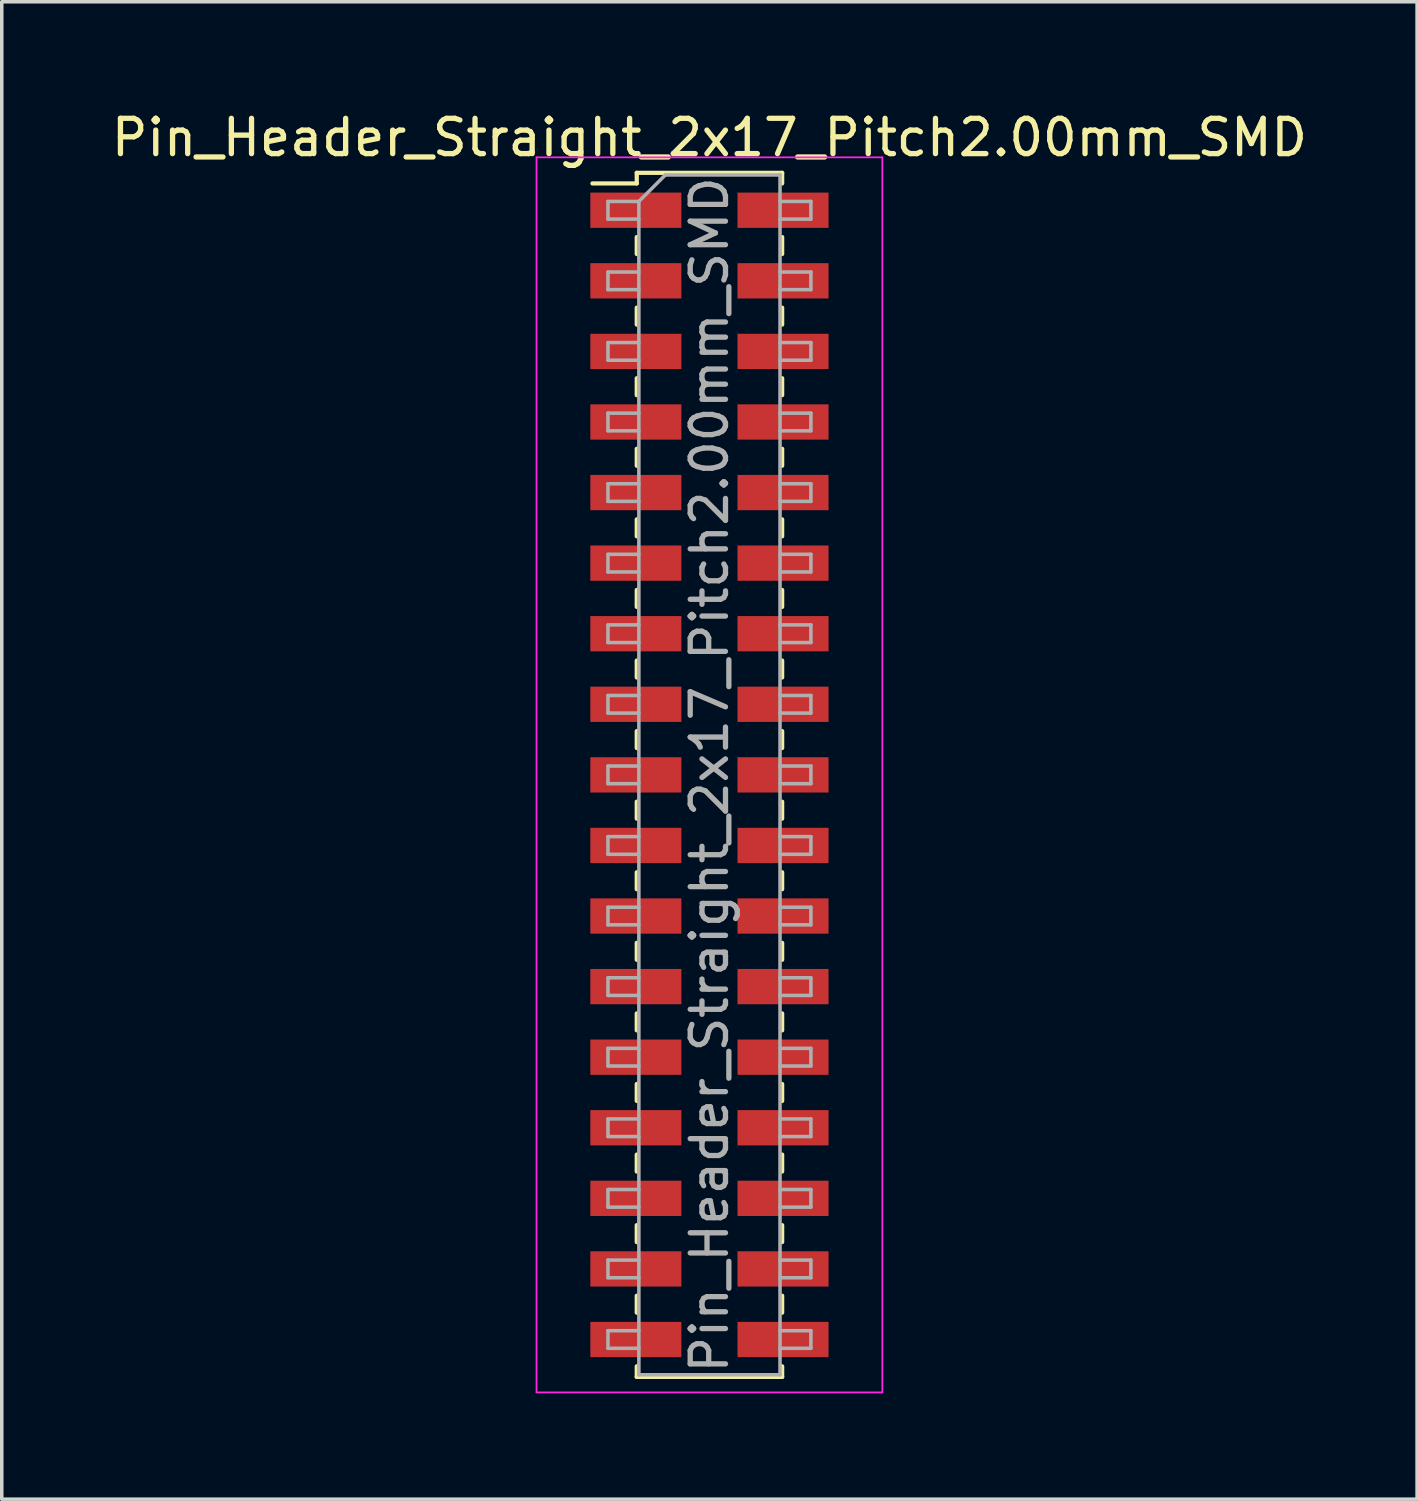
<source format=kicad_pcb>
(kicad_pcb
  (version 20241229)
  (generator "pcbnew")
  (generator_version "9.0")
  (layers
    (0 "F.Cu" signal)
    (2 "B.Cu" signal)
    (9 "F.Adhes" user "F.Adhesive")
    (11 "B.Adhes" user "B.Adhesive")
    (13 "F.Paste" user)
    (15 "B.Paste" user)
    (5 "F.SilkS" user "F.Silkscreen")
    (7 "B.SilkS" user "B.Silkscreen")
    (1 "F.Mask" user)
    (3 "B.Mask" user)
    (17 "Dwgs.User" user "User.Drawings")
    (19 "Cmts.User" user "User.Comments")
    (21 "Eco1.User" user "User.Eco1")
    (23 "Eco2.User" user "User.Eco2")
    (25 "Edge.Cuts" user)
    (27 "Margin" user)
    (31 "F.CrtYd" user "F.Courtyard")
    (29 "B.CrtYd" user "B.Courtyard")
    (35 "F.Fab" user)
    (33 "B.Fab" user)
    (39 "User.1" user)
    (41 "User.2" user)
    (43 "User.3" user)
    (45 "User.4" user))
  (footprint "Pin_Header_Straight_2x17_Pitch2.00mm_SMD"
    (layer "F.Cu")
    (at 17.054 18.908)
    (property "Reference" "Pin_Header_Straight_2x17_Pitch2.00mm_SMD" (at 0 -18.06 0) (layer "F.SilkS") (effects (font (size 1 1) (thickness 0.15))))
    (attr smd)
    (fp_line (start -3.315 -16.76) (end -2.06 -16.76) (stroke (width 0.12) (type solid)) (layer "F.SilkS"))
    (fp_line (start -2.06 -17.06) (end -2.06 -16.76) (stroke (width 0.12) (type solid)) (layer "F.SilkS"))
    (fp_line (start -2.06 -17.06) (end 2.06 -17.06) (stroke (width 0.12) (type solid)) (layer "F.SilkS"))
    (fp_line (start -2.06 -15.24) (end -2.06 -14.76) (stroke (width 0.12) (type solid)) (layer "F.SilkS"))
    (fp_line (start -2.06 -13.24) (end -2.06 -12.76) (stroke (width 0.12) (type solid)) (layer "F.SilkS"))
    (fp_line (start -2.06 -11.24) (end -2.06 -10.76) (stroke (width 0.12) (type solid)) (layer "F.SilkS"))
    (fp_line (start -2.06 -9.24) (end -2.06 -8.76) (stroke (width 0.12) (type solid)) (layer "F.SilkS"))
    (fp_line (start -2.06 -7.24) (end -2.06 -6.76) (stroke (width 0.12) (type solid)) (layer "F.SilkS"))
    (fp_line (start -2.06 -5.24) (end -2.06 -4.76) (stroke (width 0.12) (type solid)) (layer "F.SilkS"))
    (fp_line (start -2.06 -3.24) (end -2.06 -2.76) (stroke (width 0.12) (type solid)) (layer "F.SilkS"))
    (fp_line (start -2.06 -1.24) (end -2.06 -0.76) (stroke (width 0.12) (type solid)) (layer "F.SilkS"))
    (fp_line (start -2.06 0.76) (end -2.06 1.24) (stroke (width 0.12) (type solid)) (layer "F.SilkS"))
    (fp_line (start -2.06 2.76) (end -2.06 3.24) (stroke (width 0.12) (type solid)) (layer "F.SilkS"))
    (fp_line (start -2.06 4.76) (end -2.06 5.24) (stroke (width 0.12) (type solid)) (layer "F.SilkS"))
    (fp_line (start -2.06 6.76) (end -2.06 7.24) (stroke (width 0.12) (type solid)) (layer "F.SilkS"))
    (fp_line (start -2.06 8.76) (end -2.06 9.24) (stroke (width 0.12) (type solid)) (layer "F.SilkS"))
    (fp_line (start -2.06 10.76) (end -2.06 11.24) (stroke (width 0.12) (type solid)) (layer "F.SilkS"))
    (fp_line (start -2.06 12.76) (end -2.06 13.24) (stroke (width 0.12) (type solid)) (layer "F.SilkS"))
    (fp_line (start -2.06 14.76) (end -2.06 15.24) (stroke (width 0.12) (type solid)) (layer "F.SilkS"))
    (fp_line (start -2.06 16.76) (end -2.06 17.06) (stroke (width 0.12) (type solid)) (layer "F.SilkS"))
    (fp_line (start -2.06 17.06) (end 2.06 17.06) (stroke (width 0.12) (type solid)) (layer "F.SilkS"))
    (fp_line (start 2.06 -17.06) (end 2.06 -16.76) (stroke (width 0.12) (type solid)) (layer "F.SilkS"))
    (fp_line (start 2.06 -15.24) (end 2.06 -14.76) (stroke (width 0.12) (type solid)) (layer "F.SilkS"))
    (fp_line (start 2.06 -13.24) (end 2.06 -12.76) (stroke (width 0.12) (type solid)) (layer "F.SilkS"))
    (fp_line (start 2.06 -11.24) (end 2.06 -10.76) (stroke (width 0.12) (type solid)) (layer "F.SilkS"))
    (fp_line (start 2.06 -9.24) (end 2.06 -8.76) (stroke (width 0.12) (type solid)) (layer "F.SilkS"))
    (fp_line (start 2.06 -7.24) (end 2.06 -6.76) (stroke (width 0.12) (type solid)) (layer "F.SilkS"))
    (fp_line (start 2.06 -5.24) (end 2.06 -4.76) (stroke (width 0.12) (type solid)) (layer "F.SilkS"))
    (fp_line (start 2.06 -3.24) (end 2.06 -2.76) (stroke (width 0.12) (type solid)) (layer "F.SilkS"))
    (fp_line (start 2.06 -1.24) (end 2.06 -0.76) (stroke (width 0.12) (type solid)) (layer "F.SilkS"))
    (fp_line (start 2.06 0.76) (end 2.06 1.24) (stroke (width 0.12) (type solid)) (layer "F.SilkS"))
    (fp_line (start 2.06 2.76) (end 2.06 3.24) (stroke (width 0.12) (type solid)) (layer "F.SilkS"))
    (fp_line (start 2.06 4.76) (end 2.06 5.24) (stroke (width 0.12) (type solid)) (layer "F.SilkS"))
    (fp_line (start 2.06 6.76) (end 2.06 7.24) (stroke (width 0.12) (type solid)) (layer "F.SilkS"))
    (fp_line (start 2.06 8.76) (end 2.06 9.24) (stroke (width 0.12) (type solid)) (layer "F.SilkS"))
    (fp_line (start 2.06 10.76) (end 2.06 11.24) (stroke (width 0.12) (type solid)) (layer "F.SilkS"))
    (fp_line (start 2.06 12.76) (end 2.06 13.24) (stroke (width 0.12) (type solid)) (layer "F.SilkS"))
    (fp_line (start 2.06 14.76) (end 2.06 15.24) (stroke (width 0.12) (type solid)) (layer "F.SilkS"))
    (fp_line (start 2.06 16.76) (end 2.06 17.06) (stroke (width 0.12) (type solid)) (layer "F.SilkS"))
    (fp_line (start -4.9 -17.5) (end -4.9 17.5) (stroke (width 0.05) (type solid)) (layer "F.CrtYd"))
    (fp_line (start -4.9 17.5) (end 4.9 17.5) (stroke (width 0.05) (type solid)) (layer "F.CrtYd"))
    (fp_line (start 4.9 -17.5) (end -4.9 -17.5) (stroke (width 0.05) (type solid)) (layer "F.CrtYd"))
    (fp_line (start 4.9 17.5) (end 4.9 -17.5) (stroke (width 0.05) (type solid)) (layer "F.CrtYd"))
    (fp_line (start -2.875 -16.25) (end -2.875 -15.75) (stroke (width 0.1) (type solid)) (layer "F.Fab"))
    (fp_line (start -2.875 -15.75) (end -2 -15.75) (stroke (width 0.1) (type solid)) (layer "F.Fab"))
    (fp_line (start -2.875 -14.25) (end -2.875 -13.75) (stroke (width 0.1) (type solid)) (layer "F.Fab"))
    (fp_line (start -2.875 -13.75) (end -2 -13.75) (stroke (width 0.1) (type solid)) (layer "F.Fab"))
    (fp_line (start -2.875 -12.25) (end -2.875 -11.75) (stroke (width 0.1) (type solid)) (layer "F.Fab"))
    (fp_line (start -2.875 -11.75) (end -2 -11.75) (stroke (width 0.1) (type solid)) (layer "F.Fab"))
    (fp_line (start -2.875 -10.25) (end -2.875 -9.75) (stroke (width 0.1) (type solid)) (layer "F.Fab"))
    (fp_line (start -2.875 -9.75) (end -2 -9.75) (stroke (width 0.1) (type solid)) (layer "F.Fab"))
    (fp_line (start -2.875 -8.25) (end -2.875 -7.75) (stroke (width 0.1) (type solid)) (layer "F.Fab"))
    (fp_line (start -2.875 -7.75) (end -2 -7.75) (stroke (width 0.1) (type solid)) (layer "F.Fab"))
    (fp_line (start -2.875 -6.25) (end -2.875 -5.75) (stroke (width 0.1) (type solid)) (layer "F.Fab"))
    (fp_line (start -2.875 -5.75) (end -2 -5.75) (stroke (width 0.1) (type solid)) (layer "F.Fab"))
    (fp_line (start -2.875 -4.25) (end -2.875 -3.75) (stroke (width 0.1) (type solid)) (layer "F.Fab"))
    (fp_line (start -2.875 -3.75) (end -2 -3.75) (stroke (width 0.1) (type solid)) (layer "F.Fab"))
    (fp_line (start -2.875 -2.25) (end -2.875 -1.75) (stroke (width 0.1) (type solid)) (layer "F.Fab"))
    (fp_line (start -2.875 -1.75) (end -2 -1.75) (stroke (width 0.1) (type solid)) (layer "F.Fab"))
    (fp_line (start -2.875 -0.25) (end -2.875 0.25) (stroke (width 0.1) (type solid)) (layer "F.Fab"))
    (fp_line (start -2.875 0.25) (end -2 0.25) (stroke (width 0.1) (type solid)) (layer "F.Fab"))
    (fp_line (start -2.875 1.75) (end -2.875 2.25) (stroke (width 0.1) (type solid)) (layer "F.Fab"))
    (fp_line (start -2.875 2.25) (end -2 2.25) (stroke (width 0.1) (type solid)) (layer "F.Fab"))
    (fp_line (start -2.875 3.75) (end -2.875 4.25) (stroke (width 0.1) (type solid)) (layer "F.Fab"))
    (fp_line (start -2.875 4.25) (end -2 4.25) (stroke (width 0.1) (type solid)) (layer "F.Fab"))
    (fp_line (start -2.875 5.75) (end -2.875 6.25) (stroke (width 0.1) (type solid)) (layer "F.Fab"))
    (fp_line (start -2.875 6.25) (end -2 6.25) (stroke (width 0.1) (type solid)) (layer "F.Fab"))
    (fp_line (start -2.875 7.75) (end -2.875 8.25) (stroke (width 0.1) (type solid)) (layer "F.Fab"))
    (fp_line (start -2.875 8.25) (end -2 8.25) (stroke (width 0.1) (type solid)) (layer "F.Fab"))
    (fp_line (start -2.875 9.75) (end -2.875 10.25) (stroke (width 0.1) (type solid)) (layer "F.Fab"))
    (fp_line (start -2.875 10.25) (end -2 10.25) (stroke (width 0.1) (type solid)) (layer "F.Fab"))
    (fp_line (start -2.875 11.75) (end -2.875 12.25) (stroke (width 0.1) (type solid)) (layer "F.Fab"))
    (fp_line (start -2.875 12.25) (end -2 12.25) (stroke (width 0.1) (type solid)) (layer "F.Fab"))
    (fp_line (start -2.875 13.75) (end -2.875 14.25) (stroke (width 0.1) (type solid)) (layer "F.Fab"))
    (fp_line (start -2.875 14.25) (end -2 14.25) (stroke (width 0.1) (type solid)) (layer "F.Fab"))
    (fp_line (start -2.875 15.75) (end -2.875 16.25) (stroke (width 0.1) (type solid)) (layer "F.Fab"))
    (fp_line (start -2.875 16.25) (end -2 16.25) (stroke (width 0.1) (type solid)) (layer "F.Fab"))
    (fp_line (start -2 -16.25) (end -2.875 -16.25) (stroke (width 0.1) (type solid)) (layer "F.Fab"))
    (fp_line (start -2 -16.25) (end -1.25 -17) (stroke (width 0.1) (type solid)) (layer "F.Fab"))
    (fp_line (start -2 -14.25) (end -2.875 -14.25) (stroke (width 0.1) (type solid)) (layer "F.Fab"))
    (fp_line (start -2 -12.25) (end -2.875 -12.25) (stroke (width 0.1) (type solid)) (layer "F.Fab"))
    (fp_line (start -2 -10.25) (end -2.875 -10.25) (stroke (width 0.1) (type solid)) (layer "F.Fab"))
    (fp_line (start -2 -8.25) (end -2.875 -8.25) (stroke (width 0.1) (type solid)) (layer "F.Fab"))
    (fp_line (start -2 -6.25) (end -2.875 -6.25) (stroke (width 0.1) (type solid)) (layer "F.Fab"))
    (fp_line (start -2 -4.25) (end -2.875 -4.25) (stroke (width 0.1) (type solid)) (layer "F.Fab"))
    (fp_line (start -2 -2.25) (end -2.875 -2.25) (stroke (width 0.1) (type solid)) (layer "F.Fab"))
    (fp_line (start -2 -0.25) (end -2.875 -0.25) (stroke (width 0.1) (type solid)) (layer "F.Fab"))
    (fp_line (start -2 1.75) (end -2.875 1.75) (stroke (width 0.1) (type solid)) (layer "F.Fab"))
    (fp_line (start -2 3.75) (end -2.875 3.75) (stroke (width 0.1) (type solid)) (layer "F.Fab"))
    (fp_line (start -2 5.75) (end -2.875 5.75) (stroke (width 0.1) (type solid)) (layer "F.Fab"))
    (fp_line (start -2 7.75) (end -2.875 7.75) (stroke (width 0.1) (type solid)) (layer "F.Fab"))
    (fp_line (start -2 9.75) (end -2.875 9.75) (stroke (width 0.1) (type solid)) (layer "F.Fab"))
    (fp_line (start -2 11.75) (end -2.875 11.75) (stroke (width 0.1) (type solid)) (layer "F.Fab"))
    (fp_line (start -2 13.75) (end -2.875 13.75) (stroke (width 0.1) (type solid)) (layer "F.Fab"))
    (fp_line (start -2 15.75) (end -2.875 15.75) (stroke (width 0.1) (type solid)) (layer "F.Fab"))
    (fp_line (start -2 17) (end -2 -16.25) (stroke (width 0.1) (type solid)) (layer "F.Fab"))
    (fp_line (start -1.25 -17) (end 2 -17) (stroke (width 0.1) (type solid)) (layer "F.Fab"))
    (fp_line (start 2 -17) (end 2 17) (stroke (width 0.1) (type solid)) (layer "F.Fab"))
    (fp_line (start 2 -16.25) (end 2.875 -16.25) (stroke (width 0.1) (type solid)) (layer "F.Fab"))
    (fp_line (start 2 -14.25) (end 2.875 -14.25) (stroke (width 0.1) (type solid)) (layer "F.Fab"))
    (fp_line (start 2 -12.25) (end 2.875 -12.25) (stroke (width 0.1) (type solid)) (layer "F.Fab"))
    (fp_line (start 2 -10.25) (end 2.875 -10.25) (stroke (width 0.1) (type solid)) (layer "F.Fab"))
    (fp_line (start 2 -8.25) (end 2.875 -8.25) (stroke (width 0.1) (type solid)) (layer "F.Fab"))
    (fp_line (start 2 -6.25) (end 2.875 -6.25) (stroke (width 0.1) (type solid)) (layer "F.Fab"))
    (fp_line (start 2 -4.25) (end 2.875 -4.25) (stroke (width 0.1) (type solid)) (layer "F.Fab"))
    (fp_line (start 2 -2.25) (end 2.875 -2.25) (stroke (width 0.1) (type solid)) (layer "F.Fab"))
    (fp_line (start 2 -0.25) (end 2.875 -0.25) (stroke (width 0.1) (type solid)) (layer "F.Fab"))
    (fp_line (start 2 1.75) (end 2.875 1.75) (stroke (width 0.1) (type solid)) (layer "F.Fab"))
    (fp_line (start 2 3.75) (end 2.875 3.75) (stroke (width 0.1) (type solid)) (layer "F.Fab"))
    (fp_line (start 2 5.75) (end 2.875 5.75) (stroke (width 0.1) (type solid)) (layer "F.Fab"))
    (fp_line (start 2 7.75) (end 2.875 7.75) (stroke (width 0.1) (type solid)) (layer "F.Fab"))
    (fp_line (start 2 9.75) (end 2.875 9.75) (stroke (width 0.1) (type solid)) (layer "F.Fab"))
    (fp_line (start 2 11.75) (end 2.875 11.75) (stroke (width 0.1) (type solid)) (layer "F.Fab"))
    (fp_line (start 2 13.75) (end 2.875 13.75) (stroke (width 0.1) (type solid)) (layer "F.Fab"))
    (fp_line (start 2 15.75) (end 2.875 15.75) (stroke (width 0.1) (type solid)) (layer "F.Fab"))
    (fp_line (start 2 17) (end -2 17) (stroke (width 0.1) (type solid)) (layer "F.Fab"))
    (fp_line (start 2.875 -16.25) (end 2.875 -15.75) (stroke (width 0.1) (type solid)) (layer "F.Fab"))
    (fp_line (start 2.875 -15.75) (end 2 -15.75) (stroke (width 0.1) (type solid)) (layer "F.Fab"))
    (fp_line (start 2.875 -14.25) (end 2.875 -13.75) (stroke (width 0.1) (type solid)) (layer "F.Fab"))
    (fp_line (start 2.875 -13.75) (end 2 -13.75) (stroke (width 0.1) (type solid)) (layer "F.Fab"))
    (fp_line (start 2.875 -12.25) (end 2.875 -11.75) (stroke (width 0.1) (type solid)) (layer "F.Fab"))
    (fp_line (start 2.875 -11.75) (end 2 -11.75) (stroke (width 0.1) (type solid)) (layer "F.Fab"))
    (fp_line (start 2.875 -10.25) (end 2.875 -9.75) (stroke (width 0.1) (type solid)) (layer "F.Fab"))
    (fp_line (start 2.875 -9.75) (end 2 -9.75) (stroke (width 0.1) (type solid)) (layer "F.Fab"))
    (fp_line (start 2.875 -8.25) (end 2.875 -7.75) (stroke (width 0.1) (type solid)) (layer "F.Fab"))
    (fp_line (start 2.875 -7.75) (end 2 -7.75) (stroke (width 0.1) (type solid)) (layer "F.Fab"))
    (fp_line (start 2.875 -6.25) (end 2.875 -5.75) (stroke (width 0.1) (type solid)) (layer "F.Fab"))
    (fp_line (start 2.875 -5.75) (end 2 -5.75) (stroke (width 0.1) (type solid)) (layer "F.Fab"))
    (fp_line (start 2.875 -4.25) (end 2.875 -3.75) (stroke (width 0.1) (type solid)) (layer "F.Fab"))
    (fp_line (start 2.875 -3.75) (end 2 -3.75) (stroke (width 0.1) (type solid)) (layer "F.Fab"))
    (fp_line (start 2.875 -2.25) (end 2.875 -1.75) (stroke (width 0.1) (type solid)) (layer "F.Fab"))
    (fp_line (start 2.875 -1.75) (end 2 -1.75) (stroke (width 0.1) (type solid)) (layer "F.Fab"))
    (fp_line (start 2.875 -0.25) (end 2.875 0.25) (stroke (width 0.1) (type solid)) (layer "F.Fab"))
    (fp_line (start 2.875 0.25) (end 2 0.25) (stroke (width 0.1) (type solid)) (layer "F.Fab"))
    (fp_line (start 2.875 1.75) (end 2.875 2.25) (stroke (width 0.1) (type solid)) (layer "F.Fab"))
    (fp_line (start 2.875 2.25) (end 2 2.25) (stroke (width 0.1) (type solid)) (layer "F.Fab"))
    (fp_line (start 2.875 3.75) (end 2.875 4.25) (stroke (width 0.1) (type solid)) (layer "F.Fab"))
    (fp_line (start 2.875 4.25) (end 2 4.25) (stroke (width 0.1) (type solid)) (layer "F.Fab"))
    (fp_line (start 2.875 5.75) (end 2.875 6.25) (stroke (width 0.1) (type solid)) (layer "F.Fab"))
    (fp_line (start 2.875 6.25) (end 2 6.25) (stroke (width 0.1) (type solid)) (layer "F.Fab"))
    (fp_line (start 2.875 7.75) (end 2.875 8.25) (stroke (width 0.1) (type solid)) (layer "F.Fab"))
    (fp_line (start 2.875 8.25) (end 2 8.25) (stroke (width 0.1) (type solid)) (layer "F.Fab"))
    (fp_line (start 2.875 9.75) (end 2.875 10.25) (stroke (width 0.1) (type solid)) (layer "F.Fab"))
    (fp_line (start 2.875 10.25) (end 2 10.25) (stroke (width 0.1) (type solid)) (layer "F.Fab"))
    (fp_line (start 2.875 11.75) (end 2.875 12.25) (stroke (width 0.1) (type solid)) (layer "F.Fab"))
    (fp_line (start 2.875 12.25) (end 2 12.25) (stroke (width 0.1) (type solid)) (layer "F.Fab"))
    (fp_line (start 2.875 13.75) (end 2.875 14.25) (stroke (width 0.1) (type solid)) (layer "F.Fab"))
    (fp_line (start 2.875 14.25) (end 2 14.25) (stroke (width 0.1) (type solid)) (layer "F.Fab"))
    (fp_line (start 2.875 15.75) (end 2.875 16.25) (stroke (width 0.1) (type solid)) (layer "F.Fab"))
    (fp_line (start 2.875 16.25) (end 2 16.25) (stroke (width 0.1) (type solid)) (layer "F.Fab"))
    (fp_text user "${REFERENCE}" (at 0 0 90) (layer "F.Fab") (effects (font (size 1 1) (thickness 0.15))))
    (pad "1" smd rect (at -2.085 -16) (size 2.58 1) (layers "F.Cu" "F.Mask" "F.Paste"))
    (pad "2" smd rect (at 2.085 -16) (size 2.58 1) (layers "F.Cu" "F.Mask" "F.Paste"))
    (pad "3" smd rect (at -2.085 -14) (size 2.58 1) (layers "F.Cu" "F.Mask" "F.Paste"))
    (pad "4" smd rect (at 2.085 -14) (size 2.58 1) (layers "F.Cu" "F.Mask" "F.Paste"))
    (pad "5" smd rect (at -2.085 -12) (size 2.58 1) (layers "F.Cu" "F.Mask" "F.Paste"))
    (pad "6" smd rect (at 2.085 -12) (size 2.58 1) (layers "F.Cu" "F.Mask" "F.Paste"))
    (pad "7" smd rect (at -2.085 -10) (size 2.58 1) (layers "F.Cu" "F.Mask" "F.Paste"))
    (pad "8" smd rect (at 2.085 -10) (size 2.58 1) (layers "F.Cu" "F.Mask" "F.Paste"))
    (pad "9" smd rect (at -2.085 -8) (size 2.58 1) (layers "F.Cu" "F.Mask" "F.Paste"))
    (pad "10" smd rect (at 2.085 -8) (size 2.58 1) (layers "F.Cu" "F.Mask" "F.Paste"))
    (pad "11" smd rect (at -2.085 -6) (size 2.58 1) (layers "F.Cu" "F.Mask" "F.Paste"))
    (pad "12" smd rect (at 2.085 -6) (size 2.58 1) (layers "F.Cu" "F.Mask" "F.Paste"))
    (pad "13" smd rect (at -2.085 -4) (size 2.58 1) (layers "F.Cu" "F.Mask" "F.Paste"))
    (pad "14" smd rect (at 2.085 -4) (size 2.58 1) (layers "F.Cu" "F.Mask" "F.Paste"))
    (pad "15" smd rect (at -2.085 -2) (size 2.58 1) (layers "F.Cu" "F.Mask" "F.Paste"))
    (pad "16" smd rect (at 2.085 -2) (size 2.58 1) (layers "F.Cu" "F.Mask" "F.Paste"))
    (pad "17" smd rect (at -2.085 0) (size 2.58 1) (layers "F.Cu" "F.Mask" "F.Paste"))
    (pad "18" smd rect (at 2.085 0) (size 2.58 1) (layers "F.Cu" "F.Mask" "F.Paste"))
    (pad "19" smd rect (at -2.085 2) (size 2.58 1) (layers "F.Cu" "F.Mask" "F.Paste"))
    (pad "20" smd rect (at 2.085 2) (size 2.58 1) (layers "F.Cu" "F.Mask" "F.Paste"))
    (pad "21" smd rect (at -2.085 4) (size 2.58 1) (layers "F.Cu" "F.Mask" "F.Paste"))
    (pad "22" smd rect (at 2.085 4) (size 2.58 1) (layers "F.Cu" "F.Mask" "F.Paste"))
    (pad "23" smd rect (at -2.085 6) (size 2.58 1) (layers "F.Cu" "F.Mask" "F.Paste"))
    (pad "24" smd rect (at 2.085 6) (size 2.58 1) (layers "F.Cu" "F.Mask" "F.Paste"))
    (pad "25" smd rect (at -2.085 8) (size 2.58 1) (layers "F.Cu" "F.Mask" "F.Paste"))
    (pad "26" smd rect (at 2.085 8) (size 2.58 1) (layers "F.Cu" "F.Mask" "F.Paste"))
    (pad "27" smd rect (at -2.085 10) (size 2.58 1) (layers "F.Cu" "F.Mask" "F.Paste"))
    (pad "28" smd rect (at 2.085 10) (size 2.58 1) (layers "F.Cu" "F.Mask" "F.Paste"))
    (pad "29" smd rect (at -2.085 12) (size 2.58 1) (layers "F.Cu" "F.Mask" "F.Paste"))
    (pad "30" smd rect (at 2.085 12) (size 2.58 1) (layers "F.Cu" "F.Mask" "F.Paste"))
    (pad "31" smd rect (at -2.085 14) (size 2.58 1) (layers "F.Cu" "F.Mask" "F.Paste"))
    (pad "32" smd rect (at 2.085 14) (size 2.58 1) (layers "F.Cu" "F.Mask" "F.Paste"))
    (pad "33" smd rect (at -2.085 16) (size 2.58 1) (layers "F.Cu" "F.Mask" "F.Paste"))
    (pad "34" smd rect (at 2.085 16) (size 2.58 1) (layers "F.Cu" "F.Mask" "F.Paste")))
  (gr_rect
    (start -3 -3)
    (end 37.107 39.433)
    (stroke (width 0.1) (type default))
    (fill no)
    (layer "Edge.Cuts")))
</source>
